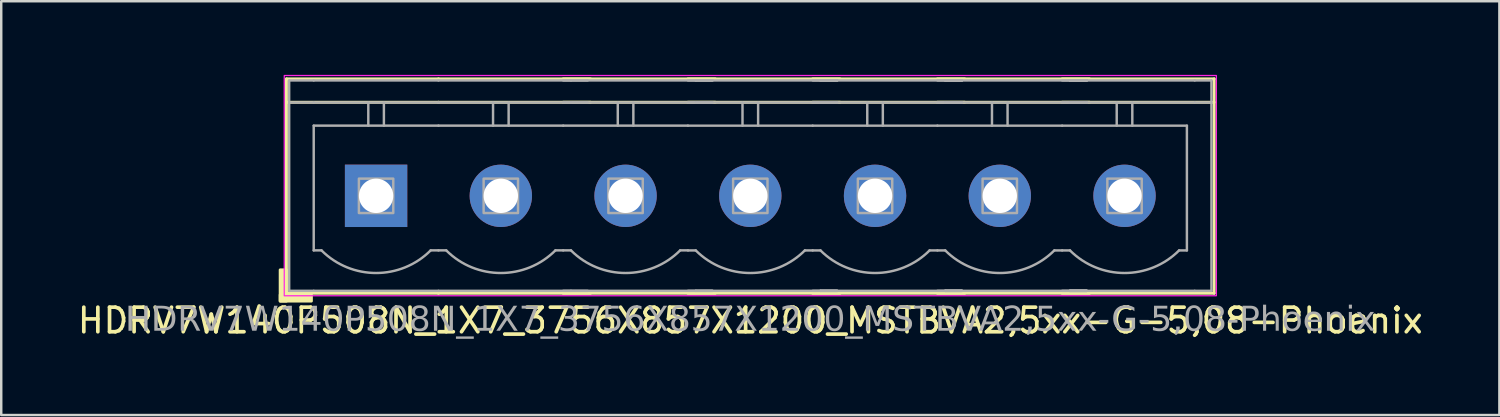
<source format=kicad_pcb>
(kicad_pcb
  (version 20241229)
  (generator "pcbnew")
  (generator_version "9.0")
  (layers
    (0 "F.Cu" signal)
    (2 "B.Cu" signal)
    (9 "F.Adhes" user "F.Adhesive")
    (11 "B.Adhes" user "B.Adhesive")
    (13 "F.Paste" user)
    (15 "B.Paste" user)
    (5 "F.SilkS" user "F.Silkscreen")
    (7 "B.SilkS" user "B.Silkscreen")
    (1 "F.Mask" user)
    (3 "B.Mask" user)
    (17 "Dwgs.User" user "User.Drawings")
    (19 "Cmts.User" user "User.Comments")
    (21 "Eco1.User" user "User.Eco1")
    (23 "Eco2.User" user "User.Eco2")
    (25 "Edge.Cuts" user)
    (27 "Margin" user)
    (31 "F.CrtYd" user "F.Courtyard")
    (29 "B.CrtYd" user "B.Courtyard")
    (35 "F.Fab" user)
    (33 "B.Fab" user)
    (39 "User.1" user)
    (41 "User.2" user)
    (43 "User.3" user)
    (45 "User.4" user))
  (footprint "HDRV7W140P508N_1X7_3756X857X1200_MSTBVA2,5xx-G-5,08-Phoenix"
    (layer "F.Cu")
    (at 27.506 4.925)
    (property "Reference" "HDRV7W140P508N_1X7_3756X857X1200_MSTBVA2,5xx-G-5,08-Phoenix" (at 0 5.08 0) (layer "F.SilkS") (effects (font (size 1 1) (thickness 0.15))))
    (attr through_hole)
    (fp_line (start -18.891 -4.763) (end -18.891 3.969) (stroke (width 0.12) (type solid)) (layer "F.SilkS"))
    (fp_line (start -18.891 -4.763) (end -12.7 -4.763) (stroke (width 0.12) (type solid)) (layer "F.SilkS"))
    (fp_line (start -18.891 -3.81) (end -12.7 -3.81) (stroke (width 0.12) (type solid)) (layer "F.SilkS"))
    (fp_line (start -18.891 3.969) (end -12.7 3.969) (stroke (width 0.12) (type solid)) (layer "F.SilkS"))
    (fp_line (start -6.509 -4.763) (end -12.7 -4.763) (stroke (width 0.12) (type solid)) (layer "F.SilkS"))
    (fp_line (start -6.509 -3.81) (end -12.7 -3.81) (stroke (width 0.12) (type solid)) (layer "F.SilkS"))
    (fp_line (start -6.509 3.969) (end -12.7 3.969) (stroke (width 0.12) (type solid)) (layer "F.SilkS"))
    (fp_line (start -1.429 -4.763) (end -7.62 -4.763) (stroke (width 0.12) (type solid)) (layer "F.SilkS"))
    (fp_line (start -1.429 -3.81) (end -7.62 -3.81) (stroke (width 0.12) (type solid)) (layer "F.SilkS"))
    (fp_line (start -1.429 3.969) (end -7.62 3.969) (stroke (width 0.12) (type solid)) (layer "F.SilkS"))
    (fp_line (start 3.651 -4.763) (end -2.54 -4.763) (stroke (width 0.12) (type solid)) (layer "F.SilkS"))
    (fp_line (start 3.651 -3.81) (end -2.54 -3.81) (stroke (width 0.12) (type solid)) (layer "F.SilkS"))
    (fp_line (start 3.651 3.969) (end -2.54 3.969) (stroke (width 0.12) (type solid)) (layer "F.SilkS"))
    (fp_line (start 8.731 -4.763) (end 2.54 -4.763) (stroke (width 0.12) (type solid)) (layer "F.SilkS"))
    (fp_line (start 8.731 -3.81) (end 2.54 -3.81) (stroke (width 0.12) (type solid)) (layer "F.SilkS"))
    (fp_line (start 8.731 3.969) (end 2.54 3.969) (stroke (width 0.12) (type solid)) (layer "F.SilkS"))
    (fp_line (start 13.811 -4.763) (end 7.62 -4.763) (stroke (width 0.12) (type solid)) (layer "F.SilkS"))
    (fp_line (start 13.811 -3.81) (end 7.62 -3.81) (stroke (width 0.12) (type solid)) (layer "F.SilkS"))
    (fp_line (start 13.811 3.969) (end 7.62 3.969) (stroke (width 0.12) (type solid)) (layer "F.SilkS"))
    (fp_line (start 18.891 -4.763) (end 12.7 -4.763) (stroke (width 0.12) (type solid)) (layer "F.SilkS"))
    (fp_line (start 18.891 -4.763) (end 18.891 3.969) (stroke (width 0.12) (type solid)) (layer "F.SilkS"))
    (fp_line (start 18.891 -3.81) (end 12.7 -3.81) (stroke (width 0.12) (type solid)) (layer "F.SilkS"))
    (fp_line (start 18.891 3.969) (end 12.7 3.969) (stroke (width 0.12) (type solid)) (layer "F.SilkS"))
    (fp_rect (start -18.891 3.016) (end -19.145 4.286) (stroke (width 0.12) (type solid)) (fill yes) (layer "F.SilkS"))
    (fp_rect (start -17.875 4.286) (end -19.145 4.032) (stroke (width 0.12) (type solid)) (fill yes) (layer "F.SilkS"))
    (fp_rect (start -18.98 -4.9) (end 18.98 4.07) (stroke (width 0.05) (type default)) (fill no) (layer "F.CrtYd"))
    (fp_line (start -18.78 -4.7) (end -18.78 3.87) (stroke (width 0.1) (type solid)) (layer "F.Fab"))
    (fp_line (start -18.78 -3.8) (end -17.78 -3.8) (stroke (width 0.1) (type solid)) (layer "F.Fab"))
    (fp_line (start -17.78 -4.7) (end -18.78 -4.7) (stroke (width 0.1) (type solid)) (layer "F.Fab"))
    (fp_line (start -17.78 -4.7) (end -12.7 -4.7) (stroke (width 0.1) (type solid)) (layer "F.Fab"))
    (fp_line (start -17.78 -2.858) (end -12.7 -2.858) (stroke (width 0.1) (type default)) (layer "F.Fab"))
    (fp_line (start -17.78 2.222) (end -17.78 -2.858) (stroke (width 0.1) (type default)) (layer "F.Fab"))
    (fp_line (start -17.78 3.87) (end -18.78 3.87) (stroke (width 0.1) (type solid)) (layer "F.Fab"))
    (fp_line (start -17.78 3.87) (end -12.7 3.87) (stroke (width 0.1) (type solid)) (layer "F.Fab"))
    (fp_line (start -17.462 2.222) (end -17.78 2.222) (stroke (width 0.1) (type default)) (layer "F.Fab"))
    (fp_line (start -15.557 -3.8) (end -15.557 -2.858) (stroke (width 0.1) (type default)) (layer "F.Fab"))
    (fp_line (start -14.922 -3.8) (end -14.922 -2.858) (stroke (width 0.1) (type default)) (layer "F.Fab"))
    (fp_line (start -12.7 -4.7) (end -7.303 -4.7) (stroke (width 0.1) (type solid)) (layer "F.Fab"))
    (fp_line (start -12.7 -3.8) (end -17.78 -3.8) (stroke (width 0.1) (type solid)) (layer "F.Fab"))
    (fp_line (start -12.7 -2.858) (end -7.62 -2.858) (stroke (width 0.1) (type default)) (layer "F.Fab"))
    (fp_line (start -12.7 2.222) (end -13.018 2.222) (stroke (width 0.1) (type default)) (layer "F.Fab"))
    (fp_line (start -12.7 3.87) (end -7.303 3.87) (stroke (width 0.1) (type solid)) (layer "F.Fab"))
    (fp_line (start -12.383 2.222) (end -12.7 2.222) (stroke (width 0.1) (type default)) (layer "F.Fab"))
    (fp_line (start -10.477 -3.8) (end -10.477 -2.858) (stroke (width 0.1) (type default)) (layer "F.Fab"))
    (fp_line (start -9.842 -3.8) (end -9.842 -2.858) (stroke (width 0.1) (type default)) (layer "F.Fab"))
    (fp_line (start -7.62 -4.7) (end -2.223 -4.7) (stroke (width 0.1) (type solid)) (layer "F.Fab"))
    (fp_line (start -7.62 -2.858) (end -2.54 -2.858) (stroke (width 0.1) (type default)) (layer "F.Fab"))
    (fp_line (start -7.62 2.222) (end -7.938 2.222) (stroke (width 0.1) (type default)) (layer "F.Fab"))
    (fp_line (start -7.62 3.87) (end -2.223 3.87) (stroke (width 0.1) (type solid)) (layer "F.Fab"))
    (fp_line (start -7.303 -4.7) (end -6.62 -4.7) (stroke (width 0.1) (type solid)) (layer "F.Fab"))
    (fp_line (start -7.303 -3.8) (end -12.7 -3.8) (stroke (width 0.1) (type solid)) (layer "F.Fab"))
    (fp_line (start -7.303 2.222) (end -7.62 2.222) (stroke (width 0.1) (type default)) (layer "F.Fab"))
    (fp_line (start -7.303 3.87) (end -6.62 3.87) (stroke (width 0.1) (type solid)) (layer "F.Fab"))
    (fp_line (start -6.62 -3.8) (end -7.303 -3.8) (stroke (width 0.1) (type solid)) (layer "F.Fab"))
    (fp_line (start -5.397 -3.8) (end -5.397 -2.858) (stroke (width 0.1) (type default)) (layer "F.Fab"))
    (fp_line (start -4.763 -3.8) (end -4.763 -2.858) (stroke (width 0.1) (type default)) (layer "F.Fab"))
    (fp_line (start -2.54 -4.7) (end 2.857 -4.7) (stroke (width 0.1) (type solid)) (layer "F.Fab"))
    (fp_line (start -2.54 -2.857) (end 2.54 -2.857) (stroke (width 0.1) (type default)) (layer "F.Fab"))
    (fp_line (start -2.54 2.222) (end -2.857 2.222) (stroke (width 0.1) (type default)) (layer "F.Fab"))
    (fp_line (start -2.54 3.87) (end 2.857 3.87) (stroke (width 0.1) (type solid)) (layer "F.Fab"))
    (fp_line (start -2.223 -4.7) (end -1.54 -4.7) (stroke (width 0.1) (type solid)) (layer "F.Fab"))
    (fp_line (start -2.223 -4.7) (end -1.54 -4.7) (stroke (width 0.1) (type solid)) (layer "F.Fab"))
    (fp_line (start -2.223 -3.8) (end -7.62 -3.8) (stroke (width 0.1) (type solid)) (layer "F.Fab"))
    (fp_line (start -2.223 2.223) (end -2.54 2.223) (stroke (width 0.1) (type default)) (layer "F.Fab"))
    (fp_line (start -2.223 3.87) (end -1.54 3.87) (stroke (width 0.1) (type solid)) (layer "F.Fab"))
    (fp_line (start -2.223 3.87) (end -1.54 3.87) (stroke (width 0.1) (type solid)) (layer "F.Fab"))
    (fp_line (start -1.54 -3.8) (end -2.223 -3.8) (stroke (width 0.1) (type solid)) (layer "F.Fab"))
    (fp_line (start -1.54 -3.8) (end -2.223 -3.8) (stroke (width 0.1) (type solid)) (layer "F.Fab"))
    (fp_line (start -0.318 -3.8) (end -0.318 -2.857) (stroke (width 0.1) (type default)) (layer "F.Fab"))
    (fp_line (start 0.318 -3.8) (end 0.318 -2.857) (stroke (width 0.1) (type default)) (layer "F.Fab"))
    (fp_line (start 2.54 -4.7) (end 7.938 -4.7) (stroke (width 0.1) (type solid)) (layer "F.Fab"))
    (fp_line (start 2.54 -2.857) (end 7.62 -2.857) (stroke (width 0.1) (type default)) (layer "F.Fab"))
    (fp_line (start 2.54 2.223) (end 2.223 2.223) (stroke (width 0.1) (type default)) (layer "F.Fab"))
    (fp_line (start 2.54 3.87) (end 7.938 3.87) (stroke (width 0.1) (type solid)) (layer "F.Fab"))
    (fp_line (start 2.857 -4.7) (end 3.54 -4.7) (stroke (width 0.1) (type solid)) (layer "F.Fab"))
    (fp_line (start 2.857 -4.7) (end 3.54 -4.7) (stroke (width 0.1) (type solid)) (layer "F.Fab"))
    (fp_line (start 2.857 -4.7) (end 3.54 -4.7) (stroke (width 0.1) (type solid)) (layer "F.Fab"))
    (fp_line (start 2.857 -3.8) (end -2.54 -3.8) (stroke (width 0.1) (type solid)) (layer "F.Fab"))
    (fp_line (start 2.857 2.223) (end 2.54 2.223) (stroke (width 0.1) (type default)) (layer "F.Fab"))
    (fp_line (start 2.857 3.87) (end 3.54 3.87) (stroke (width 0.1) (type solid)) (layer "F.Fab"))
    (fp_line (start 2.857 3.87) (end 3.54 3.87) (stroke (width 0.1) (type solid)) (layer "F.Fab"))
    (fp_line (start 2.857 3.87) (end 3.54 3.87) (stroke (width 0.1) (type solid)) (layer "F.Fab"))
    (fp_line (start 3.54 -3.8) (end 2.857 -3.8) (stroke (width 0.1) (type solid)) (layer "F.Fab"))
    (fp_line (start 3.54 -3.8) (end 2.857 -3.8) (stroke (width 0.1) (type solid)) (layer "F.Fab"))
    (fp_line (start 3.54 -3.8) (end 2.857 -3.8) (stroke (width 0.1) (type solid)) (layer "F.Fab"))
    (fp_line (start 4.763 -3.8) (end 4.763 -2.857) (stroke (width 0.1) (type default)) (layer "F.Fab"))
    (fp_line (start 5.397 -3.8) (end 5.397 -2.857) (stroke (width 0.1) (type default)) (layer "F.Fab"))
    (fp_line (start 7.62 -4.7) (end 13.018 -4.7) (stroke (width 0.1) (type solid)) (layer "F.Fab"))
    (fp_line (start 7.62 -2.857) (end 12.7 -2.857) (stroke (width 0.1) (type default)) (layer "F.Fab"))
    (fp_line (start 7.62 2.223) (end 7.303 2.223) (stroke (width 0.1) (type default)) (layer "F.Fab"))
    (fp_line (start 7.62 3.87) (end 13.018 3.87) (stroke (width 0.1) (type solid)) (layer "F.Fab"))
    (fp_line (start 7.938 -4.7) (end 8.62 -4.7) (stroke (width 0.1) (type solid)) (layer "F.Fab"))
    (fp_line (start 7.938 -4.7) (end 8.62 -4.7) (stroke (width 0.1) (type solid)) (layer "F.Fab"))
    (fp_line (start 7.938 -4.7) (end 8.62 -4.7) (stroke (width 0.1) (type solid)) (layer "F.Fab"))
    (fp_line (start 7.938 -4.7) (end 8.62 -4.7) (stroke (width 0.1) (type solid)) (layer "F.Fab"))
    (fp_line (start 7.938 -3.8) (end 2.54 -3.8) (stroke (width 0.1) (type solid)) (layer "F.Fab"))
    (fp_line (start 7.938 2.223) (end 7.62 2.223) (stroke (width 0.1) (type default)) (layer "F.Fab"))
    (fp_line (start 7.938 3.87) (end 8.62 3.87) (stroke (width 0.1) (type solid)) (layer "F.Fab"))
    (fp_line (start 7.938 3.87) (end 8.62 3.87) (stroke (width 0.1) (type solid)) (layer "F.Fab"))
    (fp_line (start 7.938 3.87) (end 8.62 3.87) (stroke (width 0.1) (type solid)) (layer "F.Fab"))
    (fp_line (start 7.938 3.87) (end 8.62 3.87) (stroke (width 0.1) (type solid)) (layer "F.Fab"))
    (fp_line (start 8.62 -3.8) (end 7.938 -3.8) (stroke (width 0.1) (type solid)) (layer "F.Fab"))
    (fp_line (start 8.62 -3.8) (end 7.938 -3.8) (stroke (width 0.1) (type solid)) (layer "F.Fab"))
    (fp_line (start 8.62 -3.8) (end 7.938 -3.8) (stroke (width 0.1) (type solid)) (layer "F.Fab"))
    (fp_line (start 8.62 -3.8) (end 7.938 -3.8) (stroke (width 0.1) (type solid)) (layer "F.Fab"))
    (fp_line (start 9.842 -3.8) (end 9.842 -2.857) (stroke (width 0.1) (type default)) (layer "F.Fab"))
    (fp_line (start 10.477 -3.8) (end 10.477 -2.857) (stroke (width 0.1) (type default)) (layer "F.Fab"))
    (fp_line (start 12.7 -4.7) (end 18.098 -4.7) (stroke (width 0.1) (type solid)) (layer "F.Fab"))
    (fp_line (start 12.7 -2.857) (end 17.78 -2.857) (stroke (width 0.1) (type default)) (layer "F.Fab"))
    (fp_line (start 12.7 2.223) (end 12.383 2.223) (stroke (width 0.1) (type default)) (layer "F.Fab"))
    (fp_line (start 12.7 3.87) (end 18.098 3.87) (stroke (width 0.1) (type solid)) (layer "F.Fab"))
    (fp_line (start 13.018 -4.7) (end 13.7 -4.7) (stroke (width 0.1) (type solid)) (layer "F.Fab"))
    (fp_line (start 13.018 -4.7) (end 13.7 -4.7) (stroke (width 0.1) (type solid)) (layer "F.Fab"))
    (fp_line (start 13.018 -4.7) (end 13.7 -4.7) (stroke (width 0.1) (type solid)) (layer "F.Fab"))
    (fp_line (start 13.018 -4.7) (end 13.7 -4.7) (stroke (width 0.1) (type solid)) (layer "F.Fab"))
    (fp_line (start 13.018 -4.7) (end 13.7 -4.7) (stroke (width 0.1) (type solid)) (layer "F.Fab"))
    (fp_line (start 13.018 -3.8) (end 7.62 -3.8) (stroke (width 0.1) (type solid)) (layer "F.Fab"))
    (fp_line (start 13.018 2.223) (end 12.7 2.223) (stroke (width 0.1) (type default)) (layer "F.Fab"))
    (fp_line (start 13.018 3.87) (end 13.7 3.87) (stroke (width 0.1) (type solid)) (layer "F.Fab"))
    (fp_line (start 13.018 3.87) (end 13.7 3.87) (stroke (width 0.1) (type solid)) (layer "F.Fab"))
    (fp_line (start 13.018 3.87) (end 13.7 3.87) (stroke (width 0.1) (type solid)) (layer "F.Fab"))
    (fp_line (start 13.018 3.87) (end 13.7 3.87) (stroke (width 0.1) (type solid)) (layer "F.Fab"))
    (fp_line (start 13.018 3.87) (end 13.7 3.87) (stroke (width 0.1) (type solid)) (layer "F.Fab"))
    (fp_line (start 13.7 -3.8) (end 13.018 -3.8) (stroke (width 0.1) (type solid)) (layer "F.Fab"))
    (fp_line (start 13.7 -3.8) (end 13.018 -3.8) (stroke (width 0.1) (type solid)) (layer "F.Fab"))
    (fp_line (start 13.7 -3.8) (end 13.018 -3.8) (stroke (width 0.1) (type solid)) (layer "F.Fab"))
    (fp_line (start 13.7 -3.8) (end 13.018 -3.8) (stroke (width 0.1) (type solid)) (layer "F.Fab"))
    (fp_line (start 13.7 -3.8) (end 13.018 -3.8) (stroke (width 0.1) (type solid)) (layer "F.Fab"))
    (fp_line (start 14.922 -3.8) (end 14.922 -2.857) (stroke (width 0.1) (type default)) (layer "F.Fab"))
    (fp_line (start 15.557 -3.8) (end 15.557 -2.857) (stroke (width 0.1) (type default)) (layer "F.Fab"))
    (fp_line (start 17.78 2.223) (end 17.462 2.223) (stroke (width 0.1) (type default)) (layer "F.Fab"))
    (fp_line (start 17.78 2.223) (end 17.78 -2.857) (stroke (width 0.1) (type default)) (layer "F.Fab"))
    (fp_line (start 18.098 -4.7) (end 18.78 -4.7) (stroke (width 0.1) (type solid)) (layer "F.Fab"))
    (fp_line (start 18.098 -3.8) (end 12.7 -3.8) (stroke (width 0.1) (type solid)) (layer "F.Fab"))
    (fp_line (start 18.098 3.87) (end 18.78 3.87) (stroke (width 0.1) (type solid)) (layer "F.Fab"))
    (fp_line (start 18.78 -4.7) (end 18.78 3.87) (stroke (width 0.1) (type solid)) (layer "F.Fab"))
    (fp_line (start 18.78 -3.8) (end 18.098 -3.8) (stroke (width 0.1) (type solid)) (layer "F.Fab"))
    (fp_rect (start -14.54 -0.7) (end -15.94 0.7) (stroke (width 0.1) (type solid)) (fill no) (layer "F.Fab"))
    (fp_rect (start -9.46 -0.7) (end -10.86 0.7) (stroke (width 0.1) (type solid)) (fill no) (layer "F.Fab"))
    (fp_rect (start -4.38 -0.7) (end -5.78 0.7) (stroke (width 0.1) (type solid)) (fill no) (layer "F.Fab"))
    (fp_rect (start 0.7 -0.7) (end -0.7 0.7) (stroke (width 0.1) (type solid)) (fill no) (layer "F.Fab"))
    (fp_rect (start 5.78 -0.7) (end 4.38 0.7) (stroke (width 0.1) (type solid)) (fill no) (layer "F.Fab"))
    (fp_rect (start 10.86 -0.7) (end 9.46 0.7) (stroke (width 0.1) (type solid)) (fill no) (layer "F.Fab"))
    (fp_rect (start 15.94 -0.7) (end 14.54 0.7) (stroke (width 0.1) (type solid)) (fill no) (layer "F.Fab"))
    (fp_arc (start -13.0175 2.222492) (mid -15.24 3.143084) (end -17.4625 2.222492) (stroke (width 0.1) (type default)) (layer "F.Fab"))
    (fp_arc (start -7.9375 2.222492) (mid -10.16 3.143084) (end -12.3825 2.222492) (stroke (width 0.1) (type default)) (layer "F.Fab"))
    (fp_arc (start -2.8575 2.222484) (mid -5.08 3.143076) (end -7.3025 2.222484) (stroke (width 0.1) (type default)) (layer "F.Fab"))
    (fp_arc (start 2.2225 2.2225) (mid 0 3.143092) (end -2.2225 2.2225) (stroke (width 0.1) (type default)) (layer "F.Fab"))
    (fp_arc (start 7.3025 2.2225) (mid 5.08 3.143092) (end 2.8575 2.2225) (stroke (width 0.1) (type default)) (layer "F.Fab"))
    (fp_arc (start 12.3825 2.2225) (mid 10.16 3.143092) (end 7.9375 2.2225) (stroke (width 0.1) (type default)) (layer "F.Fab"))
    (fp_arc (start 17.4625 2.2225) (mid 15.24 3.143092) (end 13.0175 2.2225) (stroke (width 0.1) (type default)) (layer "F.Fab"))
    (fp_text user "${REFERENCE}" (at 0 5.08 0) (layer "F.Fab") (effects (font (face "Tahoma") (size 1 1) (thickness 0.15))))
    (pad "1" thru_hole rect (at -15.24 -0.000008) (size 2.54 2.54) (drill 1.4) (layers "*.Cu" "*.Mask"))
    (pad "2" thru_hole circle (at -10.16 -0.000008) (size 2.54 2.54) (drill 1.4) (layers "*.Cu" "*.Mask"))
    (pad "3" thru_hole circle (at -5.08 -0.000016) (size 2.54 2.54) (drill 1.4) (layers "*.Cu" "*.Mask"))
    (pad "4" thru_hole circle (at 0 0) (size 2.54 2.54) (drill 1.4) (layers "*.Cu" "*.Mask"))
    (pad "5" thru_hole circle (at 5.08 0) (size 2.54 2.54) (drill 1.4) (layers "*.Cu" "*.Mask"))
    (pad "6" thru_hole circle (at 10.16 0) (size 2.54 2.54) (drill 1.4) (layers "*.Cu" "*.Mask"))
    (pad "7" thru_hole circle (at 15.24 0) (size 2.54 2.54) (drill 1.4) (layers "*.Cu" "*.Mask")))
  (gr_rect
    (start -3 -3)
    (end 58.012 13.853)
    (stroke (width 0.1) (type default))
    (fill no)
    (layer "Edge.Cuts")))
</source>
